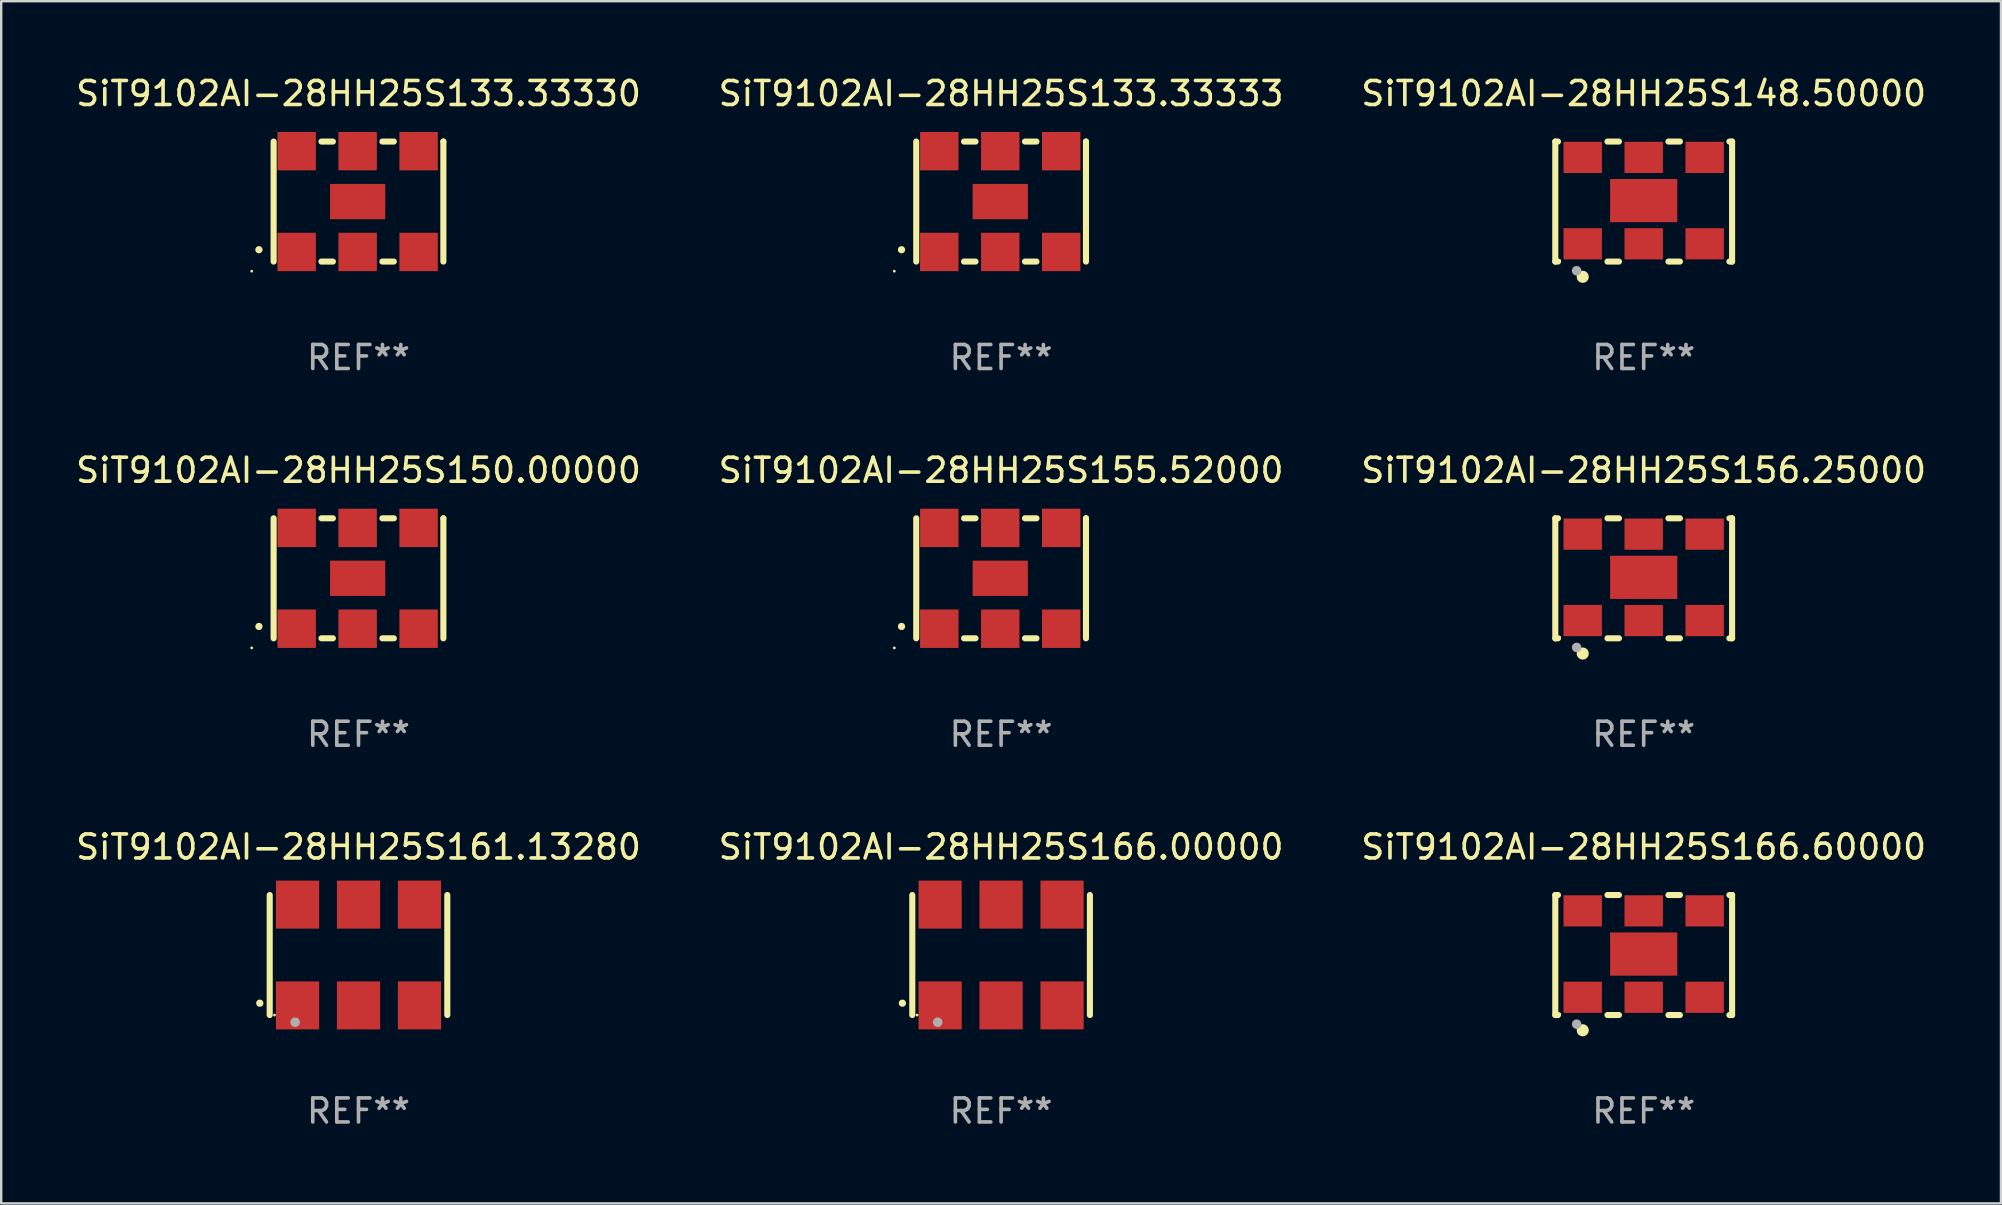
<source format=kicad_pcb>
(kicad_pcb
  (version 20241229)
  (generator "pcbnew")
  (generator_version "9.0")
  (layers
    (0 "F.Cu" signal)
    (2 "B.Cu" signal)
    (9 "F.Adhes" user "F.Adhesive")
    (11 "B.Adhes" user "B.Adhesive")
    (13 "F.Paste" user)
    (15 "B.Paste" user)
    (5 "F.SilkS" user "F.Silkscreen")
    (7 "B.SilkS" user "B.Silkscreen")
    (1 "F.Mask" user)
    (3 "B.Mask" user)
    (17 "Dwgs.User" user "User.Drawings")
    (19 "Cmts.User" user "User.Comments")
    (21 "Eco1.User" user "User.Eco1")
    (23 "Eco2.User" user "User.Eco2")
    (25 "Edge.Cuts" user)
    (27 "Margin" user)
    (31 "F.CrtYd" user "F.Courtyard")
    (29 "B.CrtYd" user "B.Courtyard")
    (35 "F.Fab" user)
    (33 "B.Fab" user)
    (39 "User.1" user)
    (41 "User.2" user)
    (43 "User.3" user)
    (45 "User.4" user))
  (footprint "SiT9102AI-28HH25S166.60000"
    (layer "F.Cu")
    (at 65.435 36.741)
    (property "Reference" "SiT9102AI-28HH25S166.60000" (at 0 -4.5 0) (layer "F.SilkS") (effects (font (size 1 1) (thickness 0.15))))
    (attr through_hole)
    (fp_line (start -3.683 -2.5) (end -3.571 -2.5) (stroke (width 0.254) (type solid)) (layer "F.SilkS"))
    (fp_line (start -3.683 2.5) (end -3.683 -2.5) (stroke (width 0.254) (type solid)) (layer "F.SilkS"))
    (fp_line (start -3.683 2.5) (end -3.571 2.5) (stroke (width 0.254) (type solid)) (layer "F.SilkS"))
    (fp_line (start -1.509 -2.5) (end -1.031 -2.5) (stroke (width 0.254) (type solid)) (layer "F.SilkS"))
    (fp_line (start -1.509 2.5) (end -1.031 2.5) (stroke (width 0.254) (type solid)) (layer "F.SilkS"))
    (fp_line (start 1.031 -2.5) (end 1.509 -2.5) (stroke (width 0.254) (type solid)) (layer "F.SilkS"))
    (fp_line (start 1.031 2.5) (end 1.509 2.5) (stroke (width 0.254) (type solid)) (layer "F.SilkS"))
    (fp_line (start 3.571 -2.5) (end 3.683 -2.5) (stroke (width 0.254) (type solid)) (layer "F.SilkS"))
    (fp_line (start 3.571 2.5) (end 3.683 2.5) (stroke (width 0.254) (type solid)) (layer "F.SilkS"))
    (fp_line (start 3.683 2.5) (end 3.683 -2.5) (stroke (width 0.254) (type solid)) (layer "F.SilkS"))
    (fp_circle (center -3.5 2.46) (end -3.47 2.46) (stroke (width 0.06) (type solid)) (fill no) (layer "F.SilkS"))
    (fp_circle (center -2.54 3.135) (end -2.413 3.135) (stroke (width 0.254) (type solid)) (fill no) (layer "F.SilkS"))
    (fp_circle (center -2.794 2.881) (end -2.694 2.881) (stroke (width 0.2) (type solid)) (fill no) (layer "F.Fab"))
    (fp_text user "REF**" (at 0 6.5 0) (layer "F.Fab") (effects (font (size 1 1) (thickness 0.15))))
    (pad "1" smd rect (at -2.54 1.76) (size 1.6 1.3) (layers "F.Cu" "F.Mask" "F.Paste"))
    (pad "2" smd rect (at 0 1.76) (size 1.6 1.3) (layers "F.Cu" "F.Mask" "F.Paste"))
    (pad "3" smd rect (at 2.54 1.76) (size 1.6 1.3) (layers "F.Cu" "F.Mask" "F.Paste"))
    (pad "4" smd rect (at 2.54 -1.84) (size 1.6 1.3) (layers "F.Cu" "F.Mask" "F.Paste"))
    (pad "5" smd rect (at 0 -1.84) (size 1.6 1.3) (layers "F.Cu" "F.Mask" "F.Paste"))
    (pad "6" smd rect (at -2.54 -1.84) (size 1.6 1.3) (layers "F.Cu" "F.Mask" "F.Paste"))
    (pad "7" smd rect (at 0 -0.04) (size 2.8 1.8) (layers "F.Cu" "F.Mask" "F.Paste")))
  (footprint "SiT9102AI-28HH25S166.00000"
    (layer "F.Cu")
    (at 38.661 36.741)
    (property "Reference" "SiT9102AI-28HH25S166.00000" (at 0 -4.5 0) (layer "F.SilkS") (effects (font (size 1 1) (thickness 0.15))))
    (attr through_hole)
    (fp_line (start -3.7 -2.5) (end -3.7 2.5) (stroke (width 0.254) (type solid)) (layer "F.SilkS"))
    (fp_line (start 3.7 -2.5) (end 3.7 2.5) (stroke (width 0.254) (type solid)) (layer "F.SilkS"))
    (fp_arc (start -4.114415 2.006604) (mid -4.113145 2.006599) (end -4.111875 2.006604) (stroke (width 0.3) (type solid)) (layer "F.SilkS"))
    (fp_circle (center -3.5 2.501) (end -3.47 2.501) (stroke (width 0.06) (type solid)) (fill no) (layer "F.SilkS"))
    (fp_circle (center -2.641 2.799) (end -2.541 2.799) (stroke (width 0.2) (type solid)) (fill no) (layer "F.Fab"))
    (fp_text user "REF**" (at 0 6.5 0) (layer "F.Fab") (effects (font (size 1 1) (thickness 0.15))))
    (pad "1" smd rect (at -2.54 2.1) (size 1.8 2) (layers "F.Cu" "F.Mask" "F.Paste"))
    (pad "2" smd rect (at 0.000394 2.1) (size 1.8 2) (layers "F.Cu" "F.Mask" "F.Paste"))
    (pad "3" smd rect (at 2.54 2.1) (size 1.8 2) (layers "F.Cu" "F.Mask" "F.Paste"))
    (pad "4" smd rect (at 2.54 -2.1) (size 1.8 2) (layers "F.Cu" "F.Mask" "F.Paste"))
    (pad "5" smd rect (at 0.000394 -2.1) (size 1.8 2) (layers "F.Cu" "F.Mask" "F.Paste"))
    (pad "6" smd rect (at -2.54 -2.1) (size 1.8 2) (layers "F.Cu" "F.Mask" "F.Paste")))
  (footprint "SiT9102AI-28HH25S133.33330"
    (layer "F.Cu")
    (at 11.887 5.348)
    (property "Reference" "SiT9102AI-28HH25S133.33330" (at 0 -4.5 0) (layer "F.SilkS") (effects (font (size 1 1) (thickness 0.15))))
    (attr through_hole)
    (fp_line (start -3.536 -2.5) (end -3.536 2.5) (stroke (width 0.254) (type solid)) (layer "F.SilkS"))
    (fp_line (start -1.544 2.5) (end -1.067 2.5) (stroke (width 0.254) (type solid)) (layer "F.SilkS"))
    (fp_line (start -1.067 -2.5) (end -1.544 -2.5) (stroke (width 0.254) (type solid)) (layer "F.SilkS"))
    (fp_line (start 0.996 2.5) (end 1.473 2.5) (stroke (width 0.254) (type solid)) (layer "F.SilkS"))
    (fp_line (start 1.473 -2.5) (end 0.996 -2.5) (stroke (width 0.254) (type solid)) (layer "F.SilkS"))
    (fp_line (start 3.536 -2.5) (end 3.536 -2.5) (stroke (width 0.254) (type solid)) (layer "F.SilkS"))
    (fp_line (start 3.536 2.5) (end 3.536 -2.5) (stroke (width 0.254) (type solid)) (layer "F.SilkS"))
    (fp_arc (start -4.150432 2.006604) (mid -4.149162 2.006599) (end -4.147892 2.006604) (stroke (width 0.3) (type solid)) (layer "F.SilkS"))
    (fp_circle (center -4.449 2.9) (end -4.419 2.9) (stroke (width 0.06) (type solid)) (fill no) (layer "F.SilkS"))
    (fp_text user "REF**" (at 0 6.5 0) (layer "F.Fab") (effects (font (size 1 1) (thickness 0.15))))
    (pad "1" smd rect (at -2.576 2.1) (size 1.6 1.6) (layers "F.Cu" "F.Mask" "F.Paste"))
    (pad "2" smd rect (at -0.036 2.1) (size 1.6 1.6) (layers "F.Cu" "F.Mask" "F.Paste"))
    (pad "3" smd rect (at 2.504 2.1) (size 1.6 1.6) (layers "F.Cu" "F.Mask" "F.Paste"))
    (pad "4" smd rect (at 2.504 -2.1) (size 1.6 1.6) (layers "F.Cu" "F.Mask" "F.Paste"))
    (pad "5" smd rect (at -0.036 -2.1) (size 1.6 1.6) (layers "F.Cu" "F.Mask" "F.Paste"))
    (pad "6" smd rect (at -2.576 -2.1) (size 1.6 1.6) (layers "F.Cu" "F.Mask" "F.Paste"))
    (pad "7" smd rect (at -0.036 0) (size 2.3 1.47) (layers "F.Cu" "F.Mask" "F.Paste")))
  (footprint "SiT9102AI-28HH25S156.25000"
    (layer "F.Cu")
    (at 65.435 21.045)
    (property "Reference" "SiT9102AI-28HH25S156.25000" (at 0 -4.5 0) (layer "F.SilkS") (effects (font (size 1 1) (thickness 0.15))))
    (attr through_hole)
    (fp_line (start -3.683 -2.5) (end -3.571 -2.5) (stroke (width 0.254) (type solid)) (layer "F.SilkS"))
    (fp_line (start -3.683 2.5) (end -3.683 -2.5) (stroke (width 0.254) (type solid)) (layer "F.SilkS"))
    (fp_line (start -3.683 2.5) (end -3.571 2.5) (stroke (width 0.254) (type solid)) (layer "F.SilkS"))
    (fp_line (start -1.509 -2.5) (end -1.031 -2.5) (stroke (width 0.254) (type solid)) (layer "F.SilkS"))
    (fp_line (start -1.509 2.5) (end -1.031 2.5) (stroke (width 0.254) (type solid)) (layer "F.SilkS"))
    (fp_line (start 1.031 -2.5) (end 1.509 -2.5) (stroke (width 0.254) (type solid)) (layer "F.SilkS"))
    (fp_line (start 1.031 2.5) (end 1.509 2.5) (stroke (width 0.254) (type solid)) (layer "F.SilkS"))
    (fp_line (start 3.571 -2.5) (end 3.683 -2.5) (stroke (width 0.254) (type solid)) (layer "F.SilkS"))
    (fp_line (start 3.571 2.5) (end 3.683 2.5) (stroke (width 0.254) (type solid)) (layer "F.SilkS"))
    (fp_line (start 3.683 2.5) (end 3.683 -2.5) (stroke (width 0.254) (type solid)) (layer "F.SilkS"))
    (fp_circle (center -3.5 2.46) (end -3.47 2.46) (stroke (width 0.06) (type solid)) (fill no) (layer "F.SilkS"))
    (fp_circle (center -2.54 3.135) (end -2.413 3.135) (stroke (width 0.254) (type solid)) (fill no) (layer "F.SilkS"))
    (fp_circle (center -2.794 2.881) (end -2.694 2.881) (stroke (width 0.2) (type solid)) (fill no) (layer "F.Fab"))
    (fp_text user "REF**" (at 0 6.5 0) (layer "F.Fab") (effects (font (size 1 1) (thickness 0.15))))
    (pad "1" smd rect (at -2.54 1.76) (size 1.6 1.3) (layers "F.Cu" "F.Mask" "F.Paste"))
    (pad "2" smd rect (at 0 1.76) (size 1.6 1.3) (layers "F.Cu" "F.Mask" "F.Paste"))
    (pad "3" smd rect (at 2.54 1.76) (size 1.6 1.3) (layers "F.Cu" "F.Mask" "F.Paste"))
    (pad "4" smd rect (at 2.54 -1.84) (size 1.6 1.3) (layers "F.Cu" "F.Mask" "F.Paste"))
    (pad "5" smd rect (at 0 -1.84) (size 1.6 1.3) (layers "F.Cu" "F.Mask" "F.Paste"))
    (pad "6" smd rect (at -2.54 -1.84) (size 1.6 1.3) (layers "F.Cu" "F.Mask" "F.Paste"))
    (pad "7" smd rect (at 0 -0.04) (size 2.8 1.8) (layers "F.Cu" "F.Mask" "F.Paste")))
  (footprint "SiT9102AI-28HH25S155.52000"
    (layer "F.Cu")
    (at 38.661 21.045)
    (property "Reference" "SiT9102AI-28HH25S155.52000" (at 0 -4.5 0) (layer "F.SilkS") (effects (font (size 1 1) (thickness 0.15))))
    (attr through_hole)
    (fp_line (start -3.536 -2.5) (end -3.536 2.5) (stroke (width 0.254) (type solid)) (layer "F.SilkS"))
    (fp_line (start -1.544 2.5) (end -1.067 2.5) (stroke (width 0.254) (type solid)) (layer "F.SilkS"))
    (fp_line (start -1.067 -2.5) (end -1.544 -2.5) (stroke (width 0.254) (type solid)) (layer "F.SilkS"))
    (fp_line (start 0.996 2.5) (end 1.473 2.5) (stroke (width 0.254) (type solid)) (layer "F.SilkS"))
    (fp_line (start 1.473 -2.5) (end 0.996 -2.5) (stroke (width 0.254) (type solid)) (layer "F.SilkS"))
    (fp_line (start 3.536 -2.5) (end 3.536 -2.5) (stroke (width 0.254) (type solid)) (layer "F.SilkS"))
    (fp_line (start 3.536 2.5) (end 3.536 -2.5) (stroke (width 0.254) (type solid)) (layer "F.SilkS"))
    (fp_arc (start -4.150432 2.006604) (mid -4.149162 2.006599) (end -4.147892 2.006604) (stroke (width 0.3) (type solid)) (layer "F.SilkS"))
    (fp_circle (center -4.449 2.9) (end -4.419 2.9) (stroke (width 0.06) (type solid)) (fill no) (layer "F.SilkS"))
    (fp_text user "REF**" (at 0 6.5 0) (layer "F.Fab") (effects (font (size 1 1) (thickness 0.15))))
    (pad "1" smd rect (at -2.576 2.1) (size 1.6 1.6) (layers "F.Cu" "F.Mask" "F.Paste"))
    (pad "2" smd rect (at -0.036 2.1) (size 1.6 1.6) (layers "F.Cu" "F.Mask" "F.Paste"))
    (pad "3" smd rect (at 2.504 2.1) (size 1.6 1.6) (layers "F.Cu" "F.Mask" "F.Paste"))
    (pad "4" smd rect (at 2.504 -2.1) (size 1.6 1.6) (layers "F.Cu" "F.Mask" "F.Paste"))
    (pad "5" smd rect (at -0.036 -2.1) (size 1.6 1.6) (layers "F.Cu" "F.Mask" "F.Paste"))
    (pad "6" smd rect (at -2.576 -2.1) (size 1.6 1.6) (layers "F.Cu" "F.Mask" "F.Paste"))
    (pad "7" smd rect (at -0.036 0) (size 2.3 1.47) (layers "F.Cu" "F.Mask" "F.Paste")))
  (footprint "SiT9102AI-28HH25S161.13280"
    (layer "F.Cu")
    (at 11.887 36.741)
    (property "Reference" "SiT9102AI-28HH25S161.13280" (at 0 -4.5 0) (layer "F.SilkS") (effects (font (size 1 1) (thickness 0.15))))
    (attr through_hole)
    (fp_line (start -3.7 -2.5) (end -3.7 2.5) (stroke (width 0.254) (type solid)) (layer "F.SilkS"))
    (fp_line (start 3.7 -2.5) (end 3.7 2.5) (stroke (width 0.254) (type solid)) (layer "F.SilkS"))
    (fp_arc (start -4.114415 2.006604) (mid -4.113145 2.006599) (end -4.111875 2.006604) (stroke (width 0.3) (type solid)) (layer "F.SilkS"))
    (fp_circle (center -3.5 2.501) (end -3.47 2.501) (stroke (width 0.06) (type solid)) (fill no) (layer "F.SilkS"))
    (fp_circle (center -2.641 2.799) (end -2.541 2.799) (stroke (width 0.2) (type solid)) (fill no) (layer "F.Fab"))
    (fp_text user "REF**" (at 0 6.5 0) (layer "F.Fab") (effects (font (size 1 1) (thickness 0.15))))
    (pad "1" smd rect (at -2.54 2.1) (size 1.8 2) (layers "F.Cu" "F.Mask" "F.Paste"))
    (pad "2" smd rect (at 0.000394 2.1) (size 1.8 2) (layers "F.Cu" "F.Mask" "F.Paste"))
    (pad "3" smd rect (at 2.54 2.1) (size 1.8 2) (layers "F.Cu" "F.Mask" "F.Paste"))
    (pad "4" smd rect (at 2.54 -2.1) (size 1.8 2) (layers "F.Cu" "F.Mask" "F.Paste"))
    (pad "5" smd rect (at 0.000394 -2.1) (size 1.8 2) (layers "F.Cu" "F.Mask" "F.Paste"))
    (pad "6" smd rect (at -2.54 -2.1) (size 1.8 2) (layers "F.Cu" "F.Mask" "F.Paste")))
  (footprint "SiT9102AI-28HH25S133.33333"
    (layer "F.Cu")
    (at 38.661 5.348)
    (property "Reference" "SiT9102AI-28HH25S133.33333" (at 0 -4.5 0) (layer "F.SilkS") (effects (font (size 1 1) (thickness 0.15))))
    (attr through_hole)
    (fp_line (start -3.536 -2.5) (end -3.536 2.5) (stroke (width 0.254) (type solid)) (layer "F.SilkS"))
    (fp_line (start -1.544 2.5) (end -1.067 2.5) (stroke (width 0.254) (type solid)) (layer "F.SilkS"))
    (fp_line (start -1.067 -2.5) (end -1.544 -2.5) (stroke (width 0.254) (type solid)) (layer "F.SilkS"))
    (fp_line (start 0.996 2.5) (end 1.473 2.5) (stroke (width 0.254) (type solid)) (layer "F.SilkS"))
    (fp_line (start 1.473 -2.5) (end 0.996 -2.5) (stroke (width 0.254) (type solid)) (layer "F.SilkS"))
    (fp_line (start 3.536 -2.5) (end 3.536 -2.5) (stroke (width 0.254) (type solid)) (layer "F.SilkS"))
    (fp_line (start 3.536 2.5) (end 3.536 -2.5) (stroke (width 0.254) (type solid)) (layer "F.SilkS"))
    (fp_arc (start -4.150432 2.006604) (mid -4.149162 2.006599) (end -4.147892 2.006604) (stroke (width 0.3) (type solid)) (layer "F.SilkS"))
    (fp_circle (center -4.449 2.9) (end -4.419 2.9) (stroke (width 0.06) (type solid)) (fill no) (layer "F.SilkS"))
    (fp_text user "REF**" (at 0 6.5 0) (layer "F.Fab") (effects (font (size 1 1) (thickness 0.15))))
    (pad "1" smd rect (at -2.576 2.1) (size 1.6 1.6) (layers "F.Cu" "F.Mask" "F.Paste"))
    (pad "2" smd rect (at -0.036 2.1) (size 1.6 1.6) (layers "F.Cu" "F.Mask" "F.Paste"))
    (pad "3" smd rect (at 2.504 2.1) (size 1.6 1.6) (layers "F.Cu" "F.Mask" "F.Paste"))
    (pad "4" smd rect (at 2.504 -2.1) (size 1.6 1.6) (layers "F.Cu" "F.Mask" "F.Paste"))
    (pad "5" smd rect (at -0.036 -2.1) (size 1.6 1.6) (layers "F.Cu" "F.Mask" "F.Paste"))
    (pad "6" smd rect (at -2.576 -2.1) (size 1.6 1.6) (layers "F.Cu" "F.Mask" "F.Paste"))
    (pad "7" smd rect (at -0.036 0) (size 2.3 1.47) (layers "F.Cu" "F.Mask" "F.Paste")))
  (footprint "SiT9102AI-28HH25S148.50000"
    (layer "F.Cu")
    (at 65.435 5.348)
    (property "Reference" "SiT9102AI-28HH25S148.50000" (at 0 -4.5 0) (layer "F.SilkS") (effects (font (size 1 1) (thickness 0.15))))
    (attr through_hole)
    (fp_line (start -3.683 -2.5) (end -3.571 -2.5) (stroke (width 0.254) (type solid)) (layer "F.SilkS"))
    (fp_line (start -3.683 2.5) (end -3.683 -2.5) (stroke (width 0.254) (type solid)) (layer "F.SilkS"))
    (fp_line (start -3.683 2.5) (end -3.571 2.5) (stroke (width 0.254) (type solid)) (layer "F.SilkS"))
    (fp_line (start -1.509 -2.5) (end -1.031 -2.5) (stroke (width 0.254) (type solid)) (layer "F.SilkS"))
    (fp_line (start -1.509 2.5) (end -1.031 2.5) (stroke (width 0.254) (type solid)) (layer "F.SilkS"))
    (fp_line (start 1.031 -2.5) (end 1.509 -2.5) (stroke (width 0.254) (type solid)) (layer "F.SilkS"))
    (fp_line (start 1.031 2.5) (end 1.509 2.5) (stroke (width 0.254) (type solid)) (layer "F.SilkS"))
    (fp_line (start 3.571 -2.5) (end 3.683 -2.5) (stroke (width 0.254) (type solid)) (layer "F.SilkS"))
    (fp_line (start 3.571 2.5) (end 3.683 2.5) (stroke (width 0.254) (type solid)) (layer "F.SilkS"))
    (fp_line (start 3.683 2.5) (end 3.683 -2.5) (stroke (width 0.254) (type solid)) (layer "F.SilkS"))
    (fp_circle (center -3.5 2.46) (end -3.47 2.46) (stroke (width 0.06) (type solid)) (fill no) (layer "F.SilkS"))
    (fp_circle (center -2.54 3.135) (end -2.413 3.135) (stroke (width 0.254) (type solid)) (fill no) (layer "F.SilkS"))
    (fp_circle (center -2.794 2.881) (end -2.694 2.881) (stroke (width 0.2) (type solid)) (fill no) (layer "F.Fab"))
    (fp_text user "REF**" (at 0 6.5 0) (layer "F.Fab") (effects (font (size 1 1) (thickness 0.15))))
    (pad "1" smd rect (at -2.54 1.76) (size 1.6 1.3) (layers "F.Cu" "F.Mask" "F.Paste"))
    (pad "2" smd rect (at 0 1.76) (size 1.6 1.3) (layers "F.Cu" "F.Mask" "F.Paste"))
    (pad "3" smd rect (at 2.54 1.76) (size 1.6 1.3) (layers "F.Cu" "F.Mask" "F.Paste"))
    (pad "4" smd rect (at 2.54 -1.84) (size 1.6 1.3) (layers "F.Cu" "F.Mask" "F.Paste"))
    (pad "5" smd rect (at 0 -1.84) (size 1.6 1.3) (layers "F.Cu" "F.Mask" "F.Paste"))
    (pad "6" smd rect (at -2.54 -1.84) (size 1.6 1.3) (layers "F.Cu" "F.Mask" "F.Paste"))
    (pad "7" smd rect (at 0 -0.04) (size 2.8 1.8) (layers "F.Cu" "F.Mask" "F.Paste")))
  (footprint "SiT9102AI-28HH25S150.00000"
    (layer "F.Cu")
    (at 11.887 21.045)
    (property "Reference" "SiT9102AI-28HH25S150.00000" (at 0 -4.5 0) (layer "F.SilkS") (effects (font (size 1 1) (thickness 0.15))))
    (attr through_hole)
    (fp_line (start -3.536 -2.5) (end -3.536 2.5) (stroke (width 0.254) (type solid)) (layer "F.SilkS"))
    (fp_line (start -1.544 2.5) (end -1.067 2.5) (stroke (width 0.254) (type solid)) (layer "F.SilkS"))
    (fp_line (start -1.067 -2.5) (end -1.544 -2.5) (stroke (width 0.254) (type solid)) (layer "F.SilkS"))
    (fp_line (start 0.996 2.5) (end 1.473 2.5) (stroke (width 0.254) (type solid)) (layer "F.SilkS"))
    (fp_line (start 1.473 -2.5) (end 0.996 -2.5) (stroke (width 0.254) (type solid)) (layer "F.SilkS"))
    (fp_line (start 3.536 -2.5) (end 3.536 -2.5) (stroke (width 0.254) (type solid)) (layer "F.SilkS"))
    (fp_line (start 3.536 2.5) (end 3.536 -2.5) (stroke (width 0.254) (type solid)) (layer "F.SilkS"))
    (fp_arc (start -4.150432 2.006604) (mid -4.149162 2.006599) (end -4.147892 2.006604) (stroke (width 0.3) (type solid)) (layer "F.SilkS"))
    (fp_circle (center -4.449 2.9) (end -4.419 2.9) (stroke (width 0.06) (type solid)) (fill no) (layer "F.SilkS"))
    (fp_text user "REF**" (at 0 6.5 0) (layer "F.Fab") (effects (font (size 1 1) (thickness 0.15))))
    (pad "1" smd rect (at -2.576 2.1) (size 1.6 1.6) (layers "F.Cu" "F.Mask" "F.Paste"))
    (pad "2" smd rect (at -0.036 2.1) (size 1.6 1.6) (layers "F.Cu" "F.Mask" "F.Paste"))
    (pad "3" smd rect (at 2.504 2.1) (size 1.6 1.6) (layers "F.Cu" "F.Mask" "F.Paste"))
    (pad "4" smd rect (at 2.504 -2.1) (size 1.6 1.6) (layers "F.Cu" "F.Mask" "F.Paste"))
    (pad "5" smd rect (at -0.036 -2.1) (size 1.6 1.6) (layers "F.Cu" "F.Mask" "F.Paste"))
    (pad "6" smd rect (at -2.576 -2.1) (size 1.6 1.6) (layers "F.Cu" "F.Mask" "F.Paste"))
    (pad "7" smd rect (at -0.036 0) (size 2.3 1.47) (layers "F.Cu" "F.Mask" "F.Paste")))
  (gr_rect
    (start -3 -3)
    (end 80.321 47.09)
    (stroke (width 0.1) (type default))
    (fill no)
    (layer "Edge.Cuts")))
</source>
